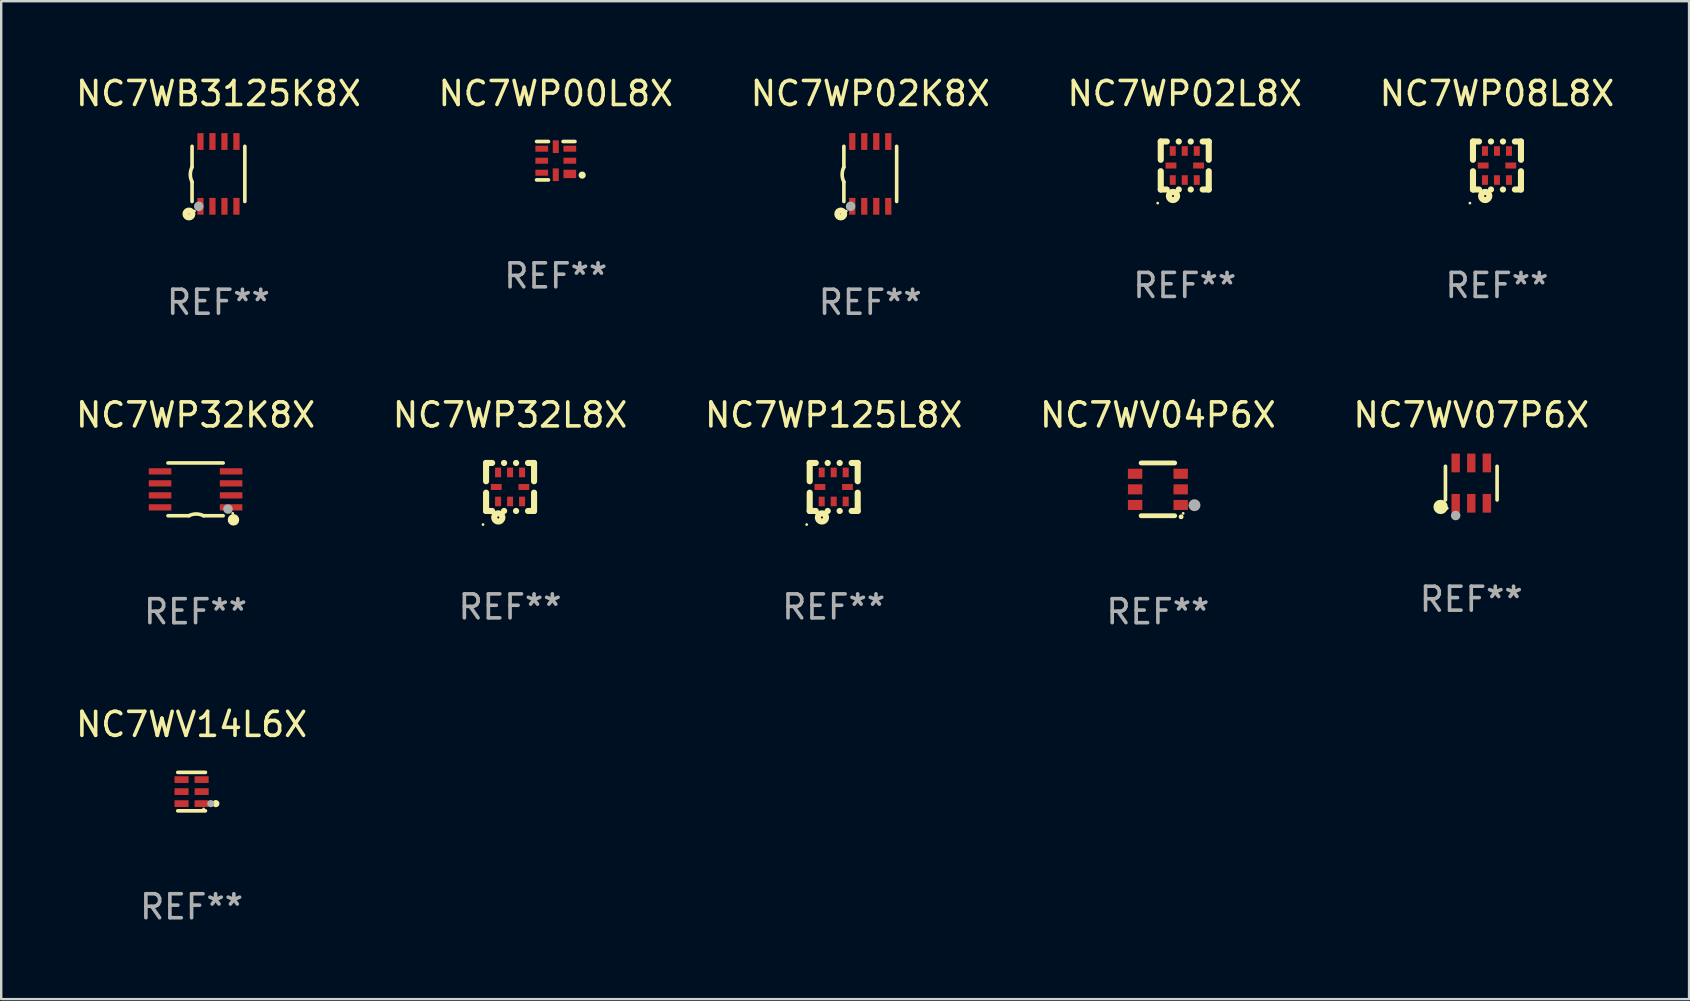
<source format=kicad_pcb>
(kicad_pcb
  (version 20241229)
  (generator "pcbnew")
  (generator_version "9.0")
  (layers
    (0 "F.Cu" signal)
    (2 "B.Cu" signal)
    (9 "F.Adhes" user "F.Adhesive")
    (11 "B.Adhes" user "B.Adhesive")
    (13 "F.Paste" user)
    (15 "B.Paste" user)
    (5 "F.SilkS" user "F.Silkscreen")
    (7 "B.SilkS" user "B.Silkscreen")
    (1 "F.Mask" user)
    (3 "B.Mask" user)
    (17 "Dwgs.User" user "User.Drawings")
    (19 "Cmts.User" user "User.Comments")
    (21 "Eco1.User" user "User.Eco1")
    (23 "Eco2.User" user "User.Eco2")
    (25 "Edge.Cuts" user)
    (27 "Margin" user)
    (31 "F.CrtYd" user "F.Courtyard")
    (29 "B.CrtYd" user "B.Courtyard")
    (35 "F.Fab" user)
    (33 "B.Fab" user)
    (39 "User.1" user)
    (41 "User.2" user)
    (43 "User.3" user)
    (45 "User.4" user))
  (footprint "NC7WP32K8X"
    (layer "F.Cu")
    (at 5.101 17.345)
    (property "Reference" "NC7WP32K8X" (at 0 -3.1 0) (layer "F.SilkS") (effects (font (size 1 1) (thickness 0.15))))
    (attr through_hole)
    (fp_line (start -1.15 -1.1) (end 1.15 -1.1) (stroke (width 0.15) (type solid)) (layer "F.SilkS"))
    (fp_line (start -1.15 1.1) (end -0.282 1.1) (stroke (width 0.15) (type solid)) (layer "F.SilkS"))
    (fp_line (start 1.15 1.1) (end 0.332 1.1) (stroke (width 0.15) (type solid)) (layer "F.SilkS"))
    (fp_arc (start -0.282449 1.1) (mid 0.025014 1.026651) (end 0.332741 1.098882) (stroke (width 0.150013) (type solid)) (layer "F.SilkS"))
    (fp_circle (center 1.55 1) (end 1.58 1) (stroke (width 0.06) (type solid)) (fill no) (layer "F.SilkS"))
    (fp_circle (center 1.58 1.27) (end 1.7 1.27) (stroke (width 0.24) (type solid)) (fill no) (layer "F.SilkS"))
    (fp_circle (center 1.35 0.82) (end 1.45 0.82) (stroke (width 0.2) (type solid)) (fill no) (layer "F.Fab"))
    (fp_text user "REF**" (at 0 5.1 0) (layer "F.Fab") (effects (font (size 1 1) (thickness 0.15))))
    (pad "1" smd rect (at 1.48 0.75) (size 0.94 0.26) (layers "F.Cu" "F.Mask" "F.Paste"))
    (pad "2" smd rect (at 1.48 0.25) (size 0.94 0.26) (layers "F.Cu" "F.Mask" "F.Paste"))
    (pad "3" smd rect (at 1.48 -0.25) (size 0.94 0.26) (layers "F.Cu" "F.Mask" "F.Paste"))
    (pad "4" smd rect (at 1.48 -0.75) (size 0.94 0.26) (layers "F.Cu" "F.Mask" "F.Paste"))
    (pad "5" smd rect (at -1.48 -0.75) (size 0.94 0.26) (layers "F.Cu" "F.Mask" "F.Paste"))
    (pad "6" smd rect (at -1.48 -0.25) (size 0.94 0.26) (layers "F.Cu" "F.Mask" "F.Paste"))
    (pad "7" smd rect (at -1.48 0.25) (size 0.94 0.26) (layers "F.Cu" "F.Mask" "F.Paste"))
    (pad "8" smd rect (at -1.48 0.75) (size 0.94 0.26) (layers "F.Cu" "F.Mask" "F.Paste")))
  (footprint "NC7WP02K8X"
    (layer "F.Cu")
    (at 33.22 4.198)
    (property "Reference" "NC7WP02K8X" (at 0 -3.35 0) (layer "F.SilkS") (effects (font (size 1 1) (thickness 0.15))))
    (attr through_hole)
    (fp_line (start -1.1 -1.15) (end -1.1 -0.282) (stroke (width 0.15) (type solid)) (layer "F.SilkS"))
    (fp_line (start -1.1 1.15) (end -1.1 0.332) (stroke (width 0.15) (type solid)) (layer "F.SilkS"))
    (fp_line (start 1.1 -1.15) (end 1.1 1.15) (stroke (width 0.15) (type solid)) (layer "F.SilkS"))
    (fp_arc (start -1.098883 0.33274) (mid -1.171878 0.025277) (end -1.1 -0.282449) (stroke (width 0.150013) (type solid)) (layer "F.SilkS"))
    (fp_circle (center -1.23 1.67) (end -1.087 1.67) (stroke (width 0.254) (type solid)) (fill no) (layer "F.SilkS"))
    (fp_circle (center -1 1.55) (end -0.97 1.55) (stroke (width 0.06) (type solid)) (fill no) (layer "F.SilkS"))
    (fp_circle (center -0.82 1.35) (end -0.72 1.35) (stroke (width 0.2) (type solid)) (fill no) (layer "F.Fab"))
    (fp_text user "REF**" (at 0 5.35 0) (layer "F.Fab") (effects (font (size 1 1) (thickness 0.15))))
    (pad "1" smd rect (at -0.75 1.35) (size 0.26 0.7) (layers "F.Cu" "F.Mask" "F.Paste"))
    (pad "2" smd rect (at -0.25 1.35) (size 0.26 0.7) (layers "F.Cu" "F.Mask" "F.Paste"))
    (pad "3" smd rect (at 0.25 1.35) (size 0.26 0.7) (layers "F.Cu" "F.Mask" "F.Paste"))
    (pad "4" smd rect (at 0.75 1.35) (size 0.26 0.7) (layers "F.Cu" "F.Mask" "F.Paste"))
    (pad "5" smd rect (at 0.75 -1.35) (size 0.26 0.7) (layers "F.Cu" "F.Mask" "F.Paste"))
    (pad "6" smd rect (at 0.25 -1.35) (size 0.26 0.7) (layers "F.Cu" "F.Mask" "F.Paste"))
    (pad "7" smd rect (at -0.25 -1.35) (size 0.26 0.7) (layers "F.Cu" "F.Mask" "F.Paste"))
    (pad "8" smd rect (at -0.75 -1.35) (size 0.26 0.7) (layers "F.Cu" "F.Mask" "F.Paste")))
  (footprint "NC7WP00L8X"
    (layer "F.Cu")
    (at 20.113 3.648)
    (property "Reference" "NC7WP00L8X" (at 0 -2.8 0) (layer "F.SilkS") (effects (font (size 1 1) (thickness 0.15))))
    (attr through_hole)
    (fp_line (start -0.8 -0.8) (end -0.305 -0.8) (stroke (width 0.152) (type solid)) (layer "F.SilkS"))
    (fp_line (start -0.305 0.8) (end -0.8 0.8) (stroke (width 0.152) (type solid)) (layer "F.SilkS"))
    (fp_line (start 0.305 -0.8) (end 0.8 -0.8) (stroke (width 0.152) (type solid)) (layer "F.SilkS"))
    (fp_circle (center 1.1 0.6) (end 1.175 0.6) (stroke (width 0.15) (type solid)) (fill no) (layer "F.SilkS"))
    (fp_text user "REF**" (at 0 4.8 0) (layer "F.Fab") (effects (font (size 1 1) (thickness 0.15))))
    (pad "1" smd rect (at 0.585 0.55 180) (size 0.53 0.35) (layers "F.Cu" "F.Mask" "F.Paste"))
    (pad "2" smd rect (at 0.585 -0.000013 180) (size 0.53 0.25) (layers "F.Cu" "F.Mask" "F.Paste"))
    (pad "3" smd rect (at 0.585 -0.5 180) (size 0.53 0.25) (layers "F.Cu" "F.Mask" "F.Paste"))
    (pad "4" smd rect (at 0.000013 -0.585 180) (size 0.25 0.53) (layers "F.Cu" "F.Mask" "F.Paste"))
    (pad "5" smd rect (at -0.585 -0.5 180) (size 0.53 0.25) (layers "F.Cu" "F.Mask" "F.Paste"))
    (pad "6" smd rect (at -0.585 -0.000013 180) (size 0.53 0.25) (layers "F.Cu" "F.Mask" "F.Paste"))
    (pad "7" smd rect (at -0.585 0.5 180) (size 0.53 0.25) (layers "F.Cu" "F.Mask" "F.Paste"))
    (pad "8" smd rect (at 0.000013 0.585 180) (size 0.25 0.53) (layers "F.Cu" "F.Mask" "F.Paste")))
  (footprint "NC7WP08L8X"
    (layer "F.Cu")
    (at 59.339 3.848)
    (property "Reference" "NC7WP08L8X" (at 0 -3 0) (layer "F.SilkS") (effects (font (size 1 1) (thickness 0.15))))
    (attr through_hole)
    (fp_line (start -1 -1) (end -0.747 -1) (stroke (width 0.254) (type solid)) (layer "F.SilkS"))
    (fp_line (start -1 -0.238) (end -1 -1) (stroke (width 0.254) (type solid)) (layer "F.SilkS"))
    (fp_line (start -1 1) (end -1 0.238) (stroke (width 0.254) (type solid)) (layer "F.SilkS"))
    (fp_line (start -0.747 1) (end -1 1) (stroke (width 0.254) (type solid)) (layer "F.SilkS"))
    (fp_line (start -0.253 -1) (end -0.247 -1) (stroke (width 0.254) (type solid)) (layer "F.SilkS"))
    (fp_line (start -0.247 1) (end -0.253 1) (stroke (width 0.254) (type solid)) (layer "F.SilkS"))
    (fp_line (start 0.247 -1) (end 0.253 -1) (stroke (width 0.254) (type solid)) (layer "F.SilkS"))
    (fp_line (start 0.253 1) (end 0.247 1) (stroke (width 0.254) (type solid)) (layer "F.SilkS"))
    (fp_line (start 0.747 -1) (end 1 -1) (stroke (width 0.254) (type solid)) (layer "F.SilkS"))
    (fp_line (start 1 -1) (end 1 -0.238) (stroke (width 0.254) (type solid)) (layer "F.SilkS"))
    (fp_line (start 1 0.238) (end 1 1) (stroke (width 0.254) (type solid)) (layer "F.SilkS"))
    (fp_line (start 1 1) (end 0.747 1) (stroke (width 0.254) (type solid)) (layer "F.SilkS"))
    (fp_circle (center -1.127 1.567) (end -1.097 1.567) (stroke (width 0.06) (type solid)) (fill no) (layer "F.SilkS"))
    (fp_circle (center -0.49 1.27) (end -0.32 1.27) (stroke (width 0.254) (type solid)) (fill no) (layer "F.SilkS"))
    (fp_text user "REF**" (at 0 5 0) (layer "F.Fab") (effects (font (size 1 1) (thickness 0.15))))
    (pad "1" smd rect (at -0.5 0.605 90) (size 0.4 0.25) (layers "F.Cu" "F.Mask" "F.Paste"))
    (pad "2" smd rect (at 0 0.605 90) (size 0.4 0.25) (layers "F.Cu" "F.Mask" "F.Paste"))
    (pad "3" smd rect (at 0.5 0.605 90) (size 0.4 0.25) (layers "F.Cu" "F.Mask" "F.Paste"))
    (pad "4" smd rect (at 0.575 0 180) (size 0.45 0.25) (layers "F.Cu" "F.Mask" "F.Paste"))
    (pad "5" smd rect (at 0.5 -0.605 270) (size 0.4 0.25) (layers "F.Cu" "F.Mask" "F.Paste"))
    (pad "6" smd rect (at 0 -0.605 270) (size 0.4 0.25) (layers "F.Cu" "F.Mask" "F.Paste"))
    (pad "7" smd rect (at -0.5 -0.605 270) (size 0.4 0.25) (layers "F.Cu" "F.Mask" "F.Paste"))
    (pad "8" smd rect (at -0.575 0) (size 0.45 0.25) (layers "F.Cu" "F.Mask" "F.Paste")))
  (footprint "NC7WP32L8X"
    (layer "F.Cu")
    (at 18.208 17.245)
    (property "Reference" "NC7WP32L8X" (at 0 -3 0) (layer "F.SilkS") (effects (font (size 1 1) (thickness 0.15))))
    (attr through_hole)
    (fp_line (start -1 -1) (end -0.747 -1) (stroke (width 0.254) (type solid)) (layer "F.SilkS"))
    (fp_line (start -1 -0.238) (end -1 -1) (stroke (width 0.254) (type solid)) (layer "F.SilkS"))
    (fp_line (start -1 1) (end -1 0.238) (stroke (width 0.254) (type solid)) (layer "F.SilkS"))
    (fp_line (start -0.747 1) (end -1 1) (stroke (width 0.254) (type solid)) (layer "F.SilkS"))
    (fp_line (start -0.253 -1) (end -0.247 -1) (stroke (width 0.254) (type solid)) (layer "F.SilkS"))
    (fp_line (start -0.247 1) (end -0.253 1) (stroke (width 0.254) (type solid)) (layer "F.SilkS"))
    (fp_line (start 0.247 -1) (end 0.253 -1) (stroke (width 0.254) (type solid)) (layer "F.SilkS"))
    (fp_line (start 0.253 1) (end 0.247 1) (stroke (width 0.254) (type solid)) (layer "F.SilkS"))
    (fp_line (start 0.747 -1) (end 1 -1) (stroke (width 0.254) (type solid)) (layer "F.SilkS"))
    (fp_line (start 1 -1) (end 1 -0.238) (stroke (width 0.254) (type solid)) (layer "F.SilkS"))
    (fp_line (start 1 0.238) (end 1 1) (stroke (width 0.254) (type solid)) (layer "F.SilkS"))
    (fp_line (start 1 1) (end 0.747 1) (stroke (width 0.254) (type solid)) (layer "F.SilkS"))
    (fp_circle (center -1.127 1.567) (end -1.097 1.567) (stroke (width 0.06) (type solid)) (fill no) (layer "F.SilkS"))
    (fp_circle (center -0.49 1.27) (end -0.32 1.27) (stroke (width 0.254) (type solid)) (fill no) (layer "F.SilkS"))
    (fp_text user "REF**" (at 0 5 0) (layer "F.Fab") (effects (font (size 1 1) (thickness 0.15))))
    (pad "1" smd rect (at -0.5 0.605 90) (size 0.4 0.25) (layers "F.Cu" "F.Mask" "F.Paste"))
    (pad "2" smd rect (at 0 0.605 90) (size 0.4 0.25) (layers "F.Cu" "F.Mask" "F.Paste"))
    (pad "3" smd rect (at 0.5 0.605 90) (size 0.4 0.25) (layers "F.Cu" "F.Mask" "F.Paste"))
    (pad "4" smd rect (at 0.575 0 180) (size 0.45 0.25) (layers "F.Cu" "F.Mask" "F.Paste"))
    (pad "5" smd rect (at 0.5 -0.605 270) (size 0.4 0.25) (layers "F.Cu" "F.Mask" "F.Paste"))
    (pad "6" smd rect (at 0 -0.605 270) (size 0.4 0.25) (layers "F.Cu" "F.Mask" "F.Paste"))
    (pad "7" smd rect (at -0.5 -0.605 270) (size 0.4 0.25) (layers "F.Cu" "F.Mask" "F.Paste"))
    (pad "8" smd rect (at -0.575 0) (size 0.45 0.25) (layers "F.Cu" "F.Mask" "F.Paste")))
  (footprint "NC7WV14L6X"
    (layer "F.Cu")
    (at 4.935 29.942)
    (property "Reference" "NC7WV14L6X" (at 0 -2.801 0) (layer "F.SilkS") (effects (font (size 1 1) (thickness 0.15))))
    (attr through_hole)
    (fp_line (start 0.576 -0.801) (end -0.576 -0.801) (stroke (width 0.152) (type solid)) (layer "F.SilkS"))
    (fp_line (start 0.576 0.801) (end -0.576 0.801) (stroke (width 0.152) (type solid)) (layer "F.SilkS"))
    (fp_circle (center 0.5 0.725) (end 0.53 0.725) (stroke (width 0.06) (type solid)) (fill no) (layer "F.SilkS"))
    (fp_circle (center 1.01 0.5) (end 1.085 0.5) (stroke (width 0.15) (type solid)) (fill no) (layer "F.SilkS"))
    (fp_circle (center 0.8 0.5) (end 0.875 0.5) (stroke (width 0.15) (type solid)) (fill no) (layer "F.Fab"))
    (fp_text user "REF**" (at 0 4.801 0) (layer "F.Fab") (effects (font (size 1 1) (thickness 0.15))))
    (pad "1" smd rect (at 0.418 0.5 90) (size 0.28 0.585) (layers "F.Cu" "F.Mask" "F.Paste"))
    (pad "2" smd rect (at 0.418 0 90) (size 0.28 0.585) (layers "F.Cu" "F.Mask" "F.Paste"))
    (pad "3" smd rect (at 0.418 -0.5 90) (size 0.28 0.585) (layers "F.Cu" "F.Mask" "F.Paste"))
    (pad "4" smd rect (at -0.418 -0.5 90) (size 0.28 0.585) (layers "F.Cu" "F.Mask" "F.Paste"))
    (pad "5" smd rect (at -0.418 0 90) (size 0.28 0.585) (layers "F.Cu" "F.Mask" "F.Paste"))
    (pad "6" smd rect (at -0.418 0.5 90) (size 0.28 0.585) (layers "F.Cu" "F.Mask" "F.Paste")))
  (footprint "NC7WP125L8X"
    (layer "F.Cu")
    (at 31.696 17.245)
    (property "Reference" "NC7WP125L8X" (at 0 -3 0) (layer "F.SilkS") (effects (font (size 1 1) (thickness 0.15))))
    (attr through_hole)
    (fp_line (start -1 -1) (end -0.747 -1) (stroke (width 0.254) (type solid)) (layer "F.SilkS"))
    (fp_line (start -1 -0.238) (end -1 -1) (stroke (width 0.254) (type solid)) (layer "F.SilkS"))
    (fp_line (start -1 1) (end -1 0.238) (stroke (width 0.254) (type solid)) (layer "F.SilkS"))
    (fp_line (start -0.747 1) (end -1 1) (stroke (width 0.254) (type solid)) (layer "F.SilkS"))
    (fp_line (start -0.253 -1) (end -0.247 -1) (stroke (width 0.254) (type solid)) (layer "F.SilkS"))
    (fp_line (start -0.247 1) (end -0.253 1) (stroke (width 0.254) (type solid)) (layer "F.SilkS"))
    (fp_line (start 0.247 -1) (end 0.253 -1) (stroke (width 0.254) (type solid)) (layer "F.SilkS"))
    (fp_line (start 0.253 1) (end 0.247 1) (stroke (width 0.254) (type solid)) (layer "F.SilkS"))
    (fp_line (start 0.747 -1) (end 1 -1) (stroke (width 0.254) (type solid)) (layer "F.SilkS"))
    (fp_line (start 1 -1) (end 1 -0.238) (stroke (width 0.254) (type solid)) (layer "F.SilkS"))
    (fp_line (start 1 0.238) (end 1 1) (stroke (width 0.254) (type solid)) (layer "F.SilkS"))
    (fp_line (start 1 1) (end 0.747 1) (stroke (width 0.254) (type solid)) (layer "F.SilkS"))
    (fp_circle (center -1.127 1.567) (end -1.097 1.567) (stroke (width 0.06) (type solid)) (fill no) (layer "F.SilkS"))
    (fp_circle (center -0.49 1.27) (end -0.32 1.27) (stroke (width 0.254) (type solid)) (fill no) (layer "F.SilkS"))
    (fp_text user "REF**" (at 0 5 0) (layer "F.Fab") (effects (font (size 1 1) (thickness 0.15))))
    (pad "1" smd rect (at -0.5 0.605 90) (size 0.4 0.25) (layers "F.Cu" "F.Mask" "F.Paste"))
    (pad "2" smd rect (at 0 0.605 90) (size 0.4 0.25) (layers "F.Cu" "F.Mask" "F.Paste"))
    (pad "3" smd rect (at 0.5 0.605 90) (size 0.4 0.25) (layers "F.Cu" "F.Mask" "F.Paste"))
    (pad "4" smd rect (at 0.575 0 180) (size 0.45 0.25) (layers "F.Cu" "F.Mask" "F.Paste"))
    (pad "5" smd rect (at 0.5 -0.605 270) (size 0.4 0.25) (layers "F.Cu" "F.Mask" "F.Paste"))
    (pad "6" smd rect (at 0 -0.605 270) (size 0.4 0.25) (layers "F.Cu" "F.Mask" "F.Paste"))
    (pad "7" smd rect (at -0.5 -0.605 270) (size 0.4 0.25) (layers "F.Cu" "F.Mask" "F.Paste"))
    (pad "8" smd rect (at -0.575 0) (size 0.45 0.25) (layers "F.Cu" "F.Mask" "F.Paste")))
  (footprint "NC7WB3125K8X"
    (layer "F.Cu")
    (at 6.054 4.198)
    (property "Reference" "NC7WB3125K8X" (at 0 -3.35 0) (layer "F.SilkS") (effects (font (size 1 1) (thickness 0.15))))
    (attr through_hole)
    (fp_line (start -1.1 -1.15) (end -1.1 -0.282) (stroke (width 0.15) (type solid)) (layer "F.SilkS"))
    (fp_line (start -1.1 1.15) (end -1.1 0.332) (stroke (width 0.15) (type solid)) (layer "F.SilkS"))
    (fp_line (start 1.1 -1.15) (end 1.1 1.15) (stroke (width 0.15) (type solid)) (layer "F.SilkS"))
    (fp_arc (start -1.098883 0.33274) (mid -1.171878 0.025277) (end -1.1 -0.282449) (stroke (width 0.150013) (type solid)) (layer "F.SilkS"))
    (fp_circle (center -1.23 1.67) (end -1.087 1.67) (stroke (width 0.254) (type solid)) (fill no) (layer "F.SilkS"))
    (fp_circle (center -1 1.55) (end -0.97 1.55) (stroke (width 0.06) (type solid)) (fill no) (layer "F.SilkS"))
    (fp_circle (center -0.82 1.35) (end -0.72 1.35) (stroke (width 0.2) (type solid)) (fill no) (layer "F.Fab"))
    (fp_text user "REF**" (at 0 5.35 0) (layer "F.Fab") (effects (font (size 1 1) (thickness 0.15))))
    (pad "1" smd rect (at -0.75 1.35) (size 0.26 0.7) (layers "F.Cu" "F.Mask" "F.Paste"))
    (pad "2" smd rect (at -0.25 1.35) (size 0.26 0.7) (layers "F.Cu" "F.Mask" "F.Paste"))
    (pad "3" smd rect (at 0.25 1.35) (size 0.26 0.7) (layers "F.Cu" "F.Mask" "F.Paste"))
    (pad "4" smd rect (at 0.75 1.35) (size 0.26 0.7) (layers "F.Cu" "F.Mask" "F.Paste"))
    (pad "5" smd rect (at 0.75 -1.35) (size 0.26 0.7) (layers "F.Cu" "F.Mask" "F.Paste"))
    (pad "6" smd rect (at 0.25 -1.35) (size 0.26 0.7) (layers "F.Cu" "F.Mask" "F.Paste"))
    (pad "7" smd rect (at -0.25 -1.35) (size 0.26 0.7) (layers "F.Cu" "F.Mask" "F.Paste"))
    (pad "8" smd rect (at -0.75 -1.35) (size 0.26 0.7) (layers "F.Cu" "F.Mask" "F.Paste")))
  (footprint "NC7WP02L8X"
    (layer "F.Cu")
    (at 46.327 3.848)
    (property "Reference" "NC7WP02L8X" (at 0 -3 0) (layer "F.SilkS") (effects (font (size 1 1) (thickness 0.15))))
    (attr through_hole)
    (fp_line (start -1 -1) (end -0.747 -1) (stroke (width 0.254) (type solid)) (layer "F.SilkS"))
    (fp_line (start -1 -0.238) (end -1 -1) (stroke (width 0.254) (type solid)) (layer "F.SilkS"))
    (fp_line (start -1 1) (end -1 0.238) (stroke (width 0.254) (type solid)) (layer "F.SilkS"))
    (fp_line (start -0.747 1) (end -1 1) (stroke (width 0.254) (type solid)) (layer "F.SilkS"))
    (fp_line (start -0.253 -1) (end -0.247 -1) (stroke (width 0.254) (type solid)) (layer "F.SilkS"))
    (fp_line (start -0.247 1) (end -0.253 1) (stroke (width 0.254) (type solid)) (layer "F.SilkS"))
    (fp_line (start 0.247 -1) (end 0.253 -1) (stroke (width 0.254) (type solid)) (layer "F.SilkS"))
    (fp_line (start 0.253 1) (end 0.247 1) (stroke (width 0.254) (type solid)) (layer "F.SilkS"))
    (fp_line (start 0.747 -1) (end 1 -1) (stroke (width 0.254) (type solid)) (layer "F.SilkS"))
    (fp_line (start 1 -1) (end 1 -0.238) (stroke (width 0.254) (type solid)) (layer "F.SilkS"))
    (fp_line (start 1 0.238) (end 1 1) (stroke (width 0.254) (type solid)) (layer "F.SilkS"))
    (fp_line (start 1 1) (end 0.747 1) (stroke (width 0.254) (type solid)) (layer "F.SilkS"))
    (fp_circle (center -1.127 1.567) (end -1.097 1.567) (stroke (width 0.06) (type solid)) (fill no) (layer "F.SilkS"))
    (fp_circle (center -0.49 1.27) (end -0.32 1.27) (stroke (width 0.254) (type solid)) (fill no) (layer "F.SilkS"))
    (fp_text user "REF**" (at 0 5 0) (layer "F.Fab") (effects (font (size 1 1) (thickness 0.15))))
    (pad "1" smd rect (at -0.5 0.605 90) (size 0.4 0.25) (layers "F.Cu" "F.Mask" "F.Paste"))
    (pad "2" smd rect (at 0 0.605 90) (size 0.4 0.25) (layers "F.Cu" "F.Mask" "F.Paste"))
    (pad "3" smd rect (at 0.5 0.605 90) (size 0.4 0.25) (layers "F.Cu" "F.Mask" "F.Paste"))
    (pad "4" smd rect (at 0.575 0 180) (size 0.45 0.25) (layers "F.Cu" "F.Mask" "F.Paste"))
    (pad "5" smd rect (at 0.5 -0.605 270) (size 0.4 0.25) (layers "F.Cu" "F.Mask" "F.Paste"))
    (pad "6" smd rect (at 0 -0.605 270) (size 0.4 0.25) (layers "F.Cu" "F.Mask" "F.Paste"))
    (pad "7" smd rect (at -0.5 -0.605 270) (size 0.4 0.25) (layers "F.Cu" "F.Mask" "F.Paste"))
    (pad "8" smd rect (at -0.575 0) (size 0.45 0.25) (layers "F.Cu" "F.Mask" "F.Paste")))
  (footprint "NC7WV04P6X"
    (layer "F.Cu")
    (at 45.208 17.345)
    (property "Reference" "NC7WV04P6X" (at 0 -3.1 0) (layer "F.SilkS") (effects (font (size 1 1) (thickness 0.15))))
    (attr through_hole)
    (fp_line (start -0.7 -1.1) (end 0.7 -1.1) (stroke (width 0.2) (type solid)) (layer "F.SilkS"))
    (fp_line (start -0.7 1.1) (end 0.7 1.1) (stroke (width 0.2) (type solid)) (layer "F.SilkS"))
    (fp_arc (start 0.965202 1.143002) (mid 0.966472 1.142996) (end 0.967742 1.143002) (stroke (width 0.2) (type solid)) (layer "F.SilkS"))
    (fp_circle (center 1.053 1) (end 1.083 1) (stroke (width 0.06) (type solid)) (fill no) (layer "F.SilkS"))
    (fp_circle (center 1.524 0.66) (end 1.649 0.66) (stroke (width 0.25) (type solid)) (fill no) (layer "F.Fab"))
    (fp_text user "REF**" (at 0 5.1 0) (layer "F.Fab") (effects (font (size 1 1) (thickness 0.15))))
    (pad "1" smd rect (at 0.95 0.65 90) (size 0.42 0.6) (layers "F.Cu" "F.Mask" "F.Paste"))
    (pad "2" smd rect (at 0.95 0 90) (size 0.42 0.6) (layers "F.Cu" "F.Mask" "F.Paste"))
    (pad "3" smd rect (at 0.95 -0.65 90) (size 0.42 0.6) (layers "F.Cu" "F.Mask" "F.Paste"))
    (pad "4" smd rect (at -0.95 -0.65 270) (size 0.42 0.6) (layers "F.Cu" "F.Mask" "F.Paste"))
    (pad "5" smd rect (at -0.95 0 270) (size 0.42 0.6) (layers "F.Cu" "F.Mask" "F.Paste"))
    (pad "6" smd rect (at -0.95 0.65 270) (size 0.42 0.6) (layers "F.Cu" "F.Mask" "F.Paste")))
  (footprint "NC7WV07P6X"
    (layer "F.Cu")
    (at 58.268 17.085)
    (property "Reference" "NC7WV07P6X" (at 0 -2.84 0) (layer "F.SilkS") (effects (font (size 1 1) (thickness 0.15))))
    (attr through_hole)
    (fp_line (start -1.076 0.701) (end -1.076 -0.701) (stroke (width 0.152) (type solid)) (layer "F.SilkS"))
    (fp_line (start 1.076 0.701) (end 1.076 -0.701) (stroke (width 0.152) (type solid)) (layer "F.SilkS"))
    (fp_circle (center -1.277 0.992) (end -1.127 0.992) (stroke (width 0.3) (type solid)) (fill no) (layer "F.SilkS"))
    (fp_circle (center -1 1.05) (end -0.97 1.05) (stroke (width 0.06) (type solid)) (fill no) (layer "F.SilkS"))
    (fp_circle (center -0.65 1.35) (end -0.55 1.35) (stroke (width 0.2) (type solid)) (fill no) (layer "F.Fab"))
    (fp_text user "REF**" (at 0 4.84 0) (layer "F.Fab") (effects (font (size 1 1) (thickness 0.15))))
    (pad "1" smd rect (at -0.65 0.84) (size 0.35 0.78) (layers "F.Cu" "F.Mask" "F.Paste"))
    (pad "2" smd rect (at 0 0.84) (size 0.35 0.78) (layers "F.Cu" "F.Mask" "F.Paste"))
    (pad "3" smd rect (at 0.65 0.84) (size 0.35 0.78) (layers "F.Cu" "F.Mask" "F.Paste"))
    (pad "4" smd rect (at 0.65 -0.84) (size 0.35 0.78) (layers "F.Cu" "F.Mask" "F.Paste"))
    (pad "5" smd rect (at 0 -0.84) (size 0.35 0.78) (layers "F.Cu" "F.Mask" "F.Paste"))
    (pad "6" smd rect (at -0.65 -0.84) (size 0.35 0.78) (layers "F.Cu" "F.Mask" "F.Paste")))
  (gr_rect
    (start -3 -3)
    (end 67.345 38.592)
    (stroke (width 0.1) (type default))
    (fill no)
    (layer "Edge.Cuts")))
</source>
